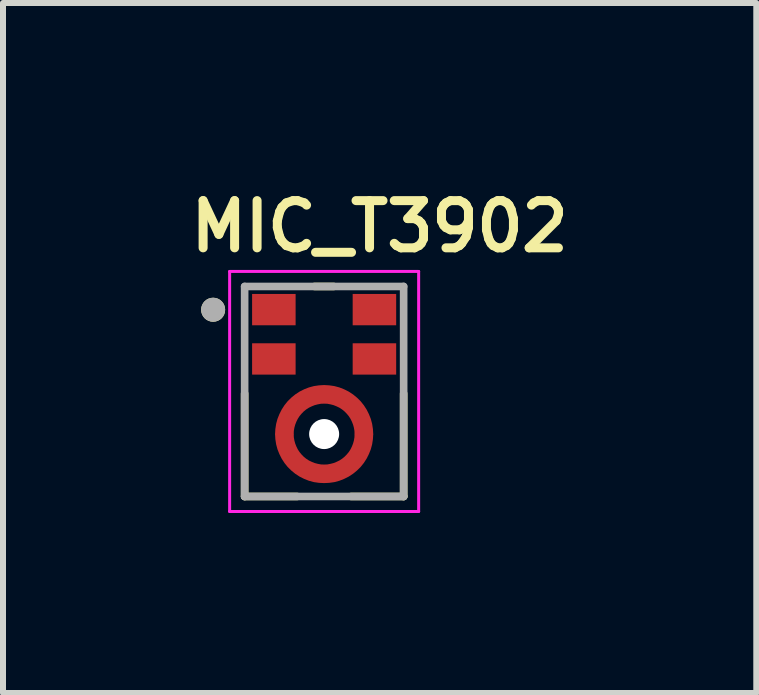
<source format=kicad_pcb>
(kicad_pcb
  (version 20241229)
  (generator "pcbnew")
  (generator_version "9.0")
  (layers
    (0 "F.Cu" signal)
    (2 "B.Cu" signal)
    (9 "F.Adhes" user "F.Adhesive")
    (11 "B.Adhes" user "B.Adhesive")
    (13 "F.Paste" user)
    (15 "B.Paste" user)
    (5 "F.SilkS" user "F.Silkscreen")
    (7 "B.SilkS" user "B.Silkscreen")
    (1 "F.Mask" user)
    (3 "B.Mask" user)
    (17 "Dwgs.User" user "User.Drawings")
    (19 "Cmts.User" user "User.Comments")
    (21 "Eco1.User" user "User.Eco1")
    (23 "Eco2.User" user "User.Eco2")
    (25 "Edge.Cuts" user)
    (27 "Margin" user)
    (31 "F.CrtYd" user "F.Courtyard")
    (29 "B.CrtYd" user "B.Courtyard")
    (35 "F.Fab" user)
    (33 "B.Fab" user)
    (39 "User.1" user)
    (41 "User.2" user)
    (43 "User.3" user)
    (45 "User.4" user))
  (footprint "MIC_T3902"
    (layer "F.Cu")
    (at 2.352 3.474)
    (property "Reference" "MIC_T3902" (at 0.925 -2.75 0) (layer "F.SilkS") (effects (font (size 0.787 0.787) (thickness 0.15))))
    (attr smd)
    (fp_circle (center 0 0.71) (end 0.431 0.71) (stroke (width 0.863) (type solid)) (fill no) (layer "F.Mask"))
    (fp_poly (pts (xy -1.25 -1.675) (xy -0.425 -1.675) (xy -0.425 -1.053) (xy -1.25 -1.053)) (stroke (width 0.01) (type solid)) (fill yes) (layer "F.Mask"))
    (fp_poly (pts (xy -1.25 -0.853) (xy -0.425 -0.853) (xy -0.425 -0.231) (xy -1.25 -0.231)) (stroke (width 0.01) (type solid)) (fill yes) (layer "F.Mask"))
    (fp_poly (pts (xy 0.425 -1.675) (xy 1.25 -1.675) (xy 1.25 -1.053) (xy 0.425 -1.053)) (stroke (width 0.01) (type solid)) (fill yes) (layer "F.Mask"))
    (fp_poly (pts (xy 0.425 -0.853) (xy 1.25 -0.853) (xy 1.25 -0.231) (xy 0.425 -0.231)) (stroke (width 0.01) (type solid)) (fill yes) (layer "F.Mask"))
    (fp_line (start -1.325 0.035) (end -1.325 1.75) (stroke (width 0.127) (type solid)) (layer "F.SilkS"))
    (fp_line (start -0.45 1.75) (end -1.325 1.75) (stroke (width 0.127) (type solid)) (layer "F.SilkS"))
    (fp_line (start -0.16 -1.75) (end 0.16 -1.75) (stroke (width 0.127) (type solid)) (layer "F.SilkS"))
    (fp_line (start 1.325 0.035) (end 1.325 1.75) (stroke (width 0.127) (type solid)) (layer "F.SilkS"))
    (fp_line (start 1.325 1.75) (end 0.45 1.75) (stroke (width 0.127) (type solid)) (layer "F.SilkS"))
    (fp_circle (center -1.85 -1.362) (end -1.75 -1.362) (stroke (width 0.2) (type solid)) (fill no) (layer "F.SilkS"))
    (fp_poly (pts (xy -1.15 -1.575) (xy -0.525 -1.575) (xy -0.525 -1.153) (xy -1.15 -1.153)) (stroke (width 0.01) (type solid)) (fill yes) (layer "F.Paste"))
    (fp_poly (pts (xy -1.15 -0.753) (xy -0.525 -0.753) (xy -0.525 -0.331) (xy -1.15 -0.331)) (stroke (width 0.01) (type solid)) (fill yes) (layer "F.Paste"))
    (fp_poly (pts (xy 0.525 -1.575) (xy 1.15 -1.575) (xy 1.15 -1.153) (xy 0.525 -1.153)) (stroke (width 0.01) (type solid)) (fill yes) (layer "F.Paste"))
    (fp_poly (pts (xy 0.525 -0.753) (xy 1.15 -0.753) (xy 1.15 -0.331) (xy 0.525 -0.331)) (stroke (width 0.01) (type solid)) (fill yes) (layer "F.Paste"))
    (fp_poly (pts (xy -0.56 0.76) (xy -0.811 0.76) (xy -0.807 0.805) (xy -0.801 0.844) (xy -0.794 0.882) (xy -0.785 0.919) (xy -0.774 0.957) (xy -0.762 0.993) (xy -0.747 1.029) (xy -0.731 1.064) (xy -0.713 1.099) (xy -0.694 1.133) (xy -0.673 1.165) (xy -0.651 1.197) (xy -0.627 1.227) (xy -0.601 1.256) (xy -0.575 1.285) (xy -0.546 1.311) (xy -0.517 1.337) (xy -0.487 1.361) (xy -0.455 1.383) (xy -0.423 1.404) (xy -0.389 1.423) (xy -0.354 1.441) (xy -0.319 1.457) (xy -0.283 1.472) (xy -0.247 1.484) (xy -0.209 1.495) (xy -0.172 1.504) (xy -0.134 1.511) (xy -0.095 1.517) (xy -0.05 1.521) (xy -0.05 1.27) (xy -0.075 1.267) (xy -0.101 1.263) (xy -0.127 1.258) (xy -0.152 1.252) (xy -0.177 1.244) (xy -0.202 1.235) (xy -0.226 1.225) (xy -0.25 1.214) (xy -0.273 1.202) (xy -0.295 1.189) (xy -0.317 1.174) (xy -0.339 1.159) (xy -0.359 1.143) (xy -0.379 1.126) (xy -0.398 1.108) (xy -0.416 1.089) (xy -0.433 1.069) (xy -0.449 1.049) (xy -0.464 1.027) (xy -0.479 1.005) (xy -0.492 0.983) (xy -0.504 0.96) (xy -0.515 0.936) (xy -0.525 0.912) (xy -0.534 0.887) (xy -0.542 0.862) (xy -0.548 0.837) (xy -0.553 0.811) (xy -0.557 0.785) (xy -0.56 0.76) (xy -0.56 0.76)) (stroke (width 0.01) (type solid)) (fill yes) (layer "F.Paste"))
    (fp_poly (pts (xy -0.05 0.15) (xy -0.05 -0.101) (xy -0.095 -0.097) (xy -0.134 -0.091) (xy -0.172 -0.084) (xy -0.209 -0.075) (xy -0.247 -0.064) (xy -0.283 -0.052) (xy -0.319 -0.037) (xy -0.354 -0.021) (xy -0.389 -0.003) (xy -0.423 0.016) (xy -0.455 0.037) (xy -0.487 0.059) (xy -0.517 0.083) (xy -0.546 0.109) (xy -0.575 0.135) (xy -0.601 0.164) (xy -0.627 0.193) (xy -0.651 0.223) (xy -0.673 0.255) (xy -0.694 0.287) (xy -0.713 0.321) (xy -0.731 0.356) (xy -0.747 0.391) (xy -0.762 0.427) (xy -0.774 0.463) (xy -0.785 0.501) (xy -0.794 0.538) (xy -0.801 0.576) (xy -0.807 0.615) (xy -0.811 0.66) (xy -0.56 0.66) (xy -0.557 0.635) (xy -0.553 0.609) (xy -0.548 0.583) (xy -0.542 0.558) (xy -0.534 0.533) (xy -0.525 0.508) (xy -0.515 0.484) (xy -0.504 0.46) (xy -0.492 0.437) (xy -0.479 0.415) (xy -0.464 0.393) (xy -0.449 0.371) (xy -0.433 0.351) (xy -0.416 0.331) (xy -0.398 0.312) (xy -0.379 0.294) (xy -0.359 0.277) (xy -0.339 0.261) (xy -0.317 0.246) (xy -0.295 0.231) (xy -0.273 0.218) (xy -0.25 0.206) (xy -0.226 0.195) (xy -0.202 0.185) (xy -0.177 0.176) (xy -0.152 0.168) (xy -0.127 0.162) (xy -0.101 0.157) (xy -0.075 0.153) (xy -0.05 0.15) (xy -0.05 0.15)) (stroke (width 0.01) (type solid)) (fill yes) (layer "F.Paste"))
    (fp_poly (pts (xy 0.05 -0.101) (xy 0.05 0.15) (xy 0.075 0.153) (xy 0.101 0.157) (xy 0.127 0.162) (xy 0.152 0.168) (xy 0.177 0.176) (xy 0.202 0.185) (xy 0.226 0.195) (xy 0.25 0.206) (xy 0.273 0.218) (xy 0.295 0.231) (xy 0.317 0.246) (xy 0.339 0.261) (xy 0.359 0.277) (xy 0.379 0.294) (xy 0.398 0.312) (xy 0.416 0.331) (xy 0.433 0.351) (xy 0.449 0.371) (xy 0.464 0.393) (xy 0.479 0.415) (xy 0.492 0.437) (xy 0.504 0.46) (xy 0.515 0.484) (xy 0.525 0.508) (xy 0.534 0.533) (xy 0.542 0.558) (xy 0.548 0.583) (xy 0.553 0.609) (xy 0.557 0.635) (xy 0.56 0.66) (xy 0.811 0.66) (xy 0.807 0.615) (xy 0.801 0.576) (xy 0.794 0.538) (xy 0.785 0.501) (xy 0.774 0.463) (xy 0.762 0.427) (xy 0.747 0.391) (xy 0.731 0.356) (xy 0.713 0.321) (xy 0.694 0.287) (xy 0.673 0.255) (xy 0.651 0.223) (xy 0.627 0.193) (xy 0.601 0.164) (xy 0.575 0.135) (xy 0.546 0.109) (xy 0.517 0.083) (xy 0.487 0.059) (xy 0.455 0.037) (xy 0.423 0.016) (xy 0.389 -0.003) (xy 0.354 -0.021) (xy 0.319 -0.037) (xy 0.283 -0.052) (xy 0.247 -0.064) (xy 0.209 -0.075) (xy 0.172 -0.084) (xy 0.134 -0.091) (xy 0.095 -0.097) (xy 0.05 -0.101) (xy 0.05 -0.101)) (stroke (width 0.01) (type solid)) (fill yes) (layer "F.Paste"))
    (fp_poly (pts (xy 0.811 0.76) (xy 0.56 0.76) (xy 0.557 0.785) (xy 0.553 0.811) (xy 0.548 0.837) (xy 0.542 0.862) (xy 0.534 0.887) (xy 0.525 0.912) (xy 0.515 0.936) (xy 0.504 0.96) (xy 0.492 0.983) (xy 0.479 1.005) (xy 0.464 1.027) (xy 0.449 1.049) (xy 0.433 1.069) (xy 0.416 1.089) (xy 0.398 1.108) (xy 0.379 1.126) (xy 0.359 1.143) (xy 0.339 1.159) (xy 0.317 1.174) (xy 0.295 1.189) (xy 0.273 1.202) (xy 0.25 1.214) (xy 0.226 1.225) (xy 0.202 1.235) (xy 0.177 1.244) (xy 0.152 1.252) (xy 0.127 1.258) (xy 0.101 1.263) (xy 0.075 1.267) (xy 0.05 1.27) (xy 0.05 1.521) (xy 0.095 1.517) (xy 0.134 1.511) (xy 0.172 1.504) (xy 0.209 1.495) (xy 0.247 1.484) (xy 0.283 1.472) (xy 0.319 1.457) (xy 0.354 1.441) (xy 0.389 1.423) (xy 0.423 1.404) (xy 0.455 1.383) (xy 0.487 1.361) (xy 0.517 1.337) (xy 0.546 1.311) (xy 0.575 1.285) (xy 0.601 1.256) (xy 0.627 1.227) (xy 0.651 1.197) (xy 0.673 1.165) (xy 0.694 1.133) (xy 0.713 1.099) (xy 0.731 1.064) (xy 0.747 1.029) (xy 0.762 0.993) (xy 0.774 0.957) (xy 0.785 0.919) (xy 0.794 0.882) (xy 0.801 0.844) (xy 0.807 0.805) (xy 0.811 0.76) (xy 0.811 0.76)) (stroke (width 0.01) (type solid)) (fill yes) (layer "F.Paste"))
    (fp_line (start -1.575 -2) (end 1.575 -2) (stroke (width 0.05) (type solid)) (layer "F.CrtYd"))
    (fp_line (start -1.575 2) (end -1.575 -2) (stroke (width 0.05) (type solid)) (layer "F.CrtYd"))
    (fp_line (start 1.575 -2) (end 1.575 2) (stroke (width 0.05) (type solid)) (layer "F.CrtYd"))
    (fp_line (start 1.575 2) (end -1.575 2) (stroke (width 0.05) (type solid)) (layer "F.CrtYd"))
    (fp_line (start -1.325 -1.75) (end 1.325 -1.75) (stroke (width 0.127) (type solid)) (layer "F.Fab"))
    (fp_line (start -1.325 1.75) (end -1.325 -1.75) (stroke (width 0.127) (type solid)) (layer "F.Fab"))
    (fp_line (start 1.325 -1.75) (end 1.325 1.75) (stroke (width 0.127) (type solid)) (layer "F.Fab"))
    (fp_line (start 1.325 1.75) (end -1.325 1.75) (stroke (width 0.127) (type solid)) (layer "F.Fab"))
    (fp_circle (center -1.85 -1.362) (end -1.75 -1.362) (stroke (width 0.2) (type solid)) (fill no) (layer "F.Fab"))
    (pad "" np_thru_hole circle (at 0 0.71) (size 0.5 0.5) (drill 0.5) (layers "*.Cu" "*.Mask"))
    (pad "1" smd rect (at -0.838 -1.364) (size 0.725 0.522) (layers "F.Cu"))
    (pad "2" smd rect (at -0.838 -0.542) (size 0.725 0.522) (layers "F.Cu"))
    (pad "3_1" smd custom (at 0 0.048) (size 0.25 0.25) (layers "F.Cu") (options (anchor rect)) (primitives (gr_poly (pts (xy -0.512 0.662) (xy -0.813 0.662) (xy -0.808 0.578) (xy -0.795 0.493) (xy -0.773 0.411) (xy -0.742 0.333) (xy -0.704 0.257) (xy -0.657 0.184) (xy -0.604 0.118) (xy -0.544 0.059) (xy -0.478 0.005) (xy -0.406 -0.042) (xy -0.33 -0.08) (xy -0.251 -0.111) (xy -0.169 -0.133) (xy -0.085 -0.145) (xy 0 -0.15) (xy 0.085 -0.145) (xy 0.169 -0.133) (xy 0.251 -0.111) (xy 0.33 -0.08) (xy 0.406 -0.042) (xy 0.478 0.005) (xy 0.544 0.059) (xy 0.604 0.118) (xy 0.657 0.184) (xy 0.704 0.257) (xy 0.742 0.333) (xy 0.773 0.411) (xy 0.795 0.493) (xy 0.808 0.578) (xy 0.813 0.662) (xy 0.512 0.662) (xy 0.51 0.609) (xy 0.501 0.555) (xy 0.487 0.504) (xy 0.468 0.455) (xy 0.444 0.406) (xy 0.415 0.361) (xy 0.381 0.32) (xy 0.343 0.281) (xy 0.301 0.247) (xy 0.256 0.218) (xy 0.208 0.195) (xy 0.158 0.175) (xy 0.107 0.162) (xy 0.054 0.152) (xy 0 0.15) (xy -0.054 0.152) (xy -0.107 0.162) (xy -0.158 0.175) (xy -0.208 0.195) (xy -0.256 0.218) (xy -0.301 0.247) (xy -0.343 0.281) (xy -0.381 0.32) (xy -0.415 0.361) (xy -0.444 0.406) (xy -0.468 0.455) (xy -0.487 0.504) (xy -0.501 0.555) (xy -0.51 0.609) (xy -0.512 0.662) (xy -0.512 0.662)) (width 0.01) (fill yes))))
    (pad "3_2" smd custom (at 0 1.373) (size 0.25 0.25) (layers "F.Cu") (options (anchor rect)) (primitives (gr_poly (pts (xy 0.512 -0.662) (xy 0.813 -0.662) (xy 0.808 -0.578) (xy 0.795 -0.493) (xy 0.773 -0.411) (xy 0.742 -0.333) (xy 0.704 -0.257) (xy 0.657 -0.184) (xy 0.604 -0.118) (xy 0.544 -0.059) (xy 0.478 -0.005) (xy 0.406 0.042) (xy 0.33 0.08) (xy 0.251 0.111) (xy 0.169 0.133) (xy 0.085 0.145) (xy 0 0.149) (xy -0.085 0.145) (xy -0.169 0.133) (xy -0.251 0.111) (xy -0.33 0.08) (xy -0.406 0.042) (xy -0.478 -0.005) (xy -0.544 -0.059) (xy -0.604 -0.118) (xy -0.657 -0.184) (xy -0.704 -0.257) (xy -0.742 -0.333) (xy -0.773 -0.411) (xy -0.795 -0.493) (xy -0.808 -0.578) (xy -0.813 -0.662) (xy -0.512 -0.662) (xy -0.51 -0.609) (xy -0.501 -0.555) (xy -0.487 -0.504) (xy -0.468 -0.455) (xy -0.444 -0.406) (xy -0.415 -0.361) (xy -0.381 -0.32) (xy -0.343 -0.281) (xy -0.301 -0.247) (xy -0.256 -0.218) (xy -0.208 -0.195) (xy -0.158 -0.175) (xy -0.107 -0.162) (xy -0.054 -0.152) (xy 0 -0.15) (xy 0.054 -0.152) (xy 0.107 -0.162) (xy 0.158 -0.175) (xy 0.208 -0.195) (xy 0.256 -0.218) (xy 0.301 -0.247) (xy 0.343 -0.281) (xy 0.381 -0.32) (xy 0.415 -0.361) (xy 0.444 -0.406) (xy 0.468 -0.455) (xy 0.487 -0.504) (xy 0.501 -0.555) (xy 0.51 -0.609) (xy 0.512 -0.662) (xy 0.512 -0.662)) (width 0.01) (fill yes))))
    (pad "4" smd rect (at 0.838 -0.542) (size 0.725 0.522) (layers "F.Cu"))
    (pad "5" smd rect (at 0.838 -1.364) (size 0.725 0.522) (layers "F.Cu")))
  (gr_rect
    (start -3 -3)
    (end 9.554 8.499)
    (stroke (width 0.1) (type default))
    (fill no)
    (layer "Edge.Cuts")))
</source>
